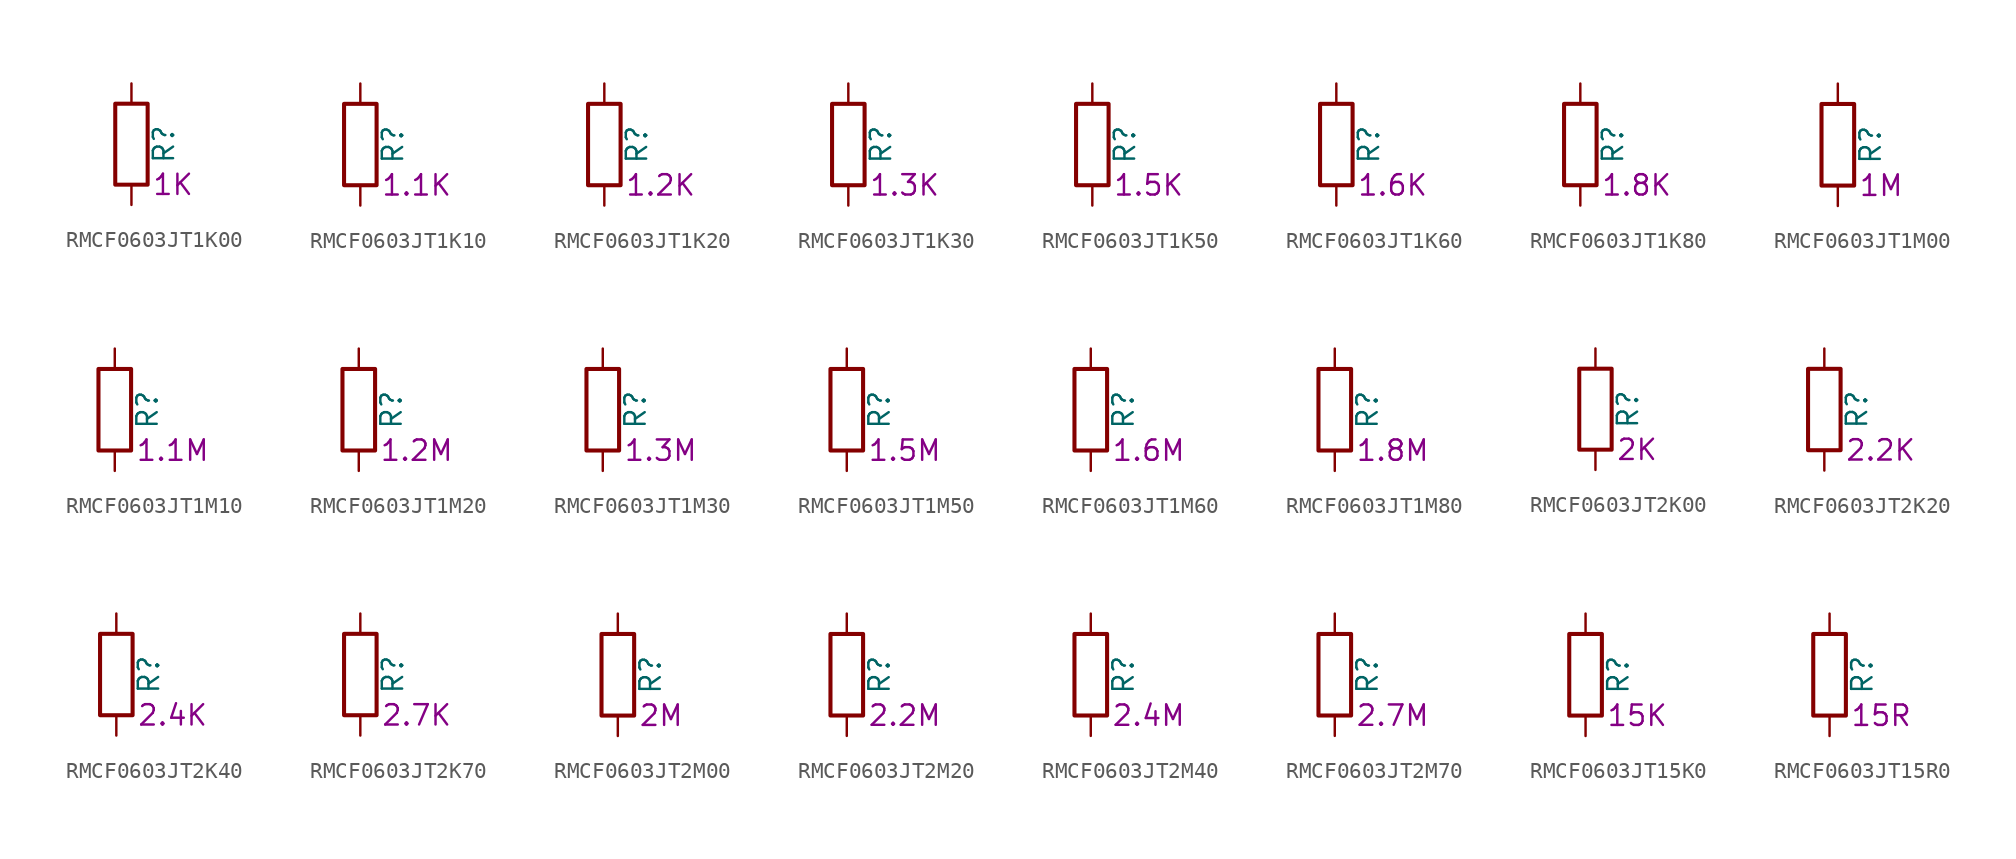
<source format=kicad_sym>
(kicad_symbol_lib
  (version 20220914)
  (generator kicad_symbol_editor)
  (symbol "RMCF0603JT1K00"
    (pin_numbers hide)
    (pin_names
      (offset 0))
    (property "Reference" "R"
      (at 2.032 0 90)
      (effects (font (size 1.27 1.27))))
    (property "Resistance" "1K"
      (at 1.27 -2.54 0)
      (effects (font (size 1.27 1.27)) (justify left)))
    (symbol "RMCF0603JT1K00_0_1"
      (rectangle (start -1.016 -2.54) (end 1.016 2.54) (stroke (width 0.254) (type default)) (fill (type none))))
    (symbol "RMCF0603JT1K00_1_1"
      (pin passive line (at 0 3.81 270) (length 1.27) (name "~" (effects (font (size 1.27 1.27)))) (number "1" (effects (font (size 1.27 1.27)))))
      (pin passive line (at 0 -3.81 90) (length 1.27) (name "~" (effects (font (size 1.27 1.27)))) (number "2" (effects (font (size 1.27 1.27)))))))
  (symbol "RMCF0603JT1K10"
    (pin_numbers hide)
    (pin_names
      (offset 0))
    (property "Reference" "R"
      (at 2.032 0 90)
      (effects (font (size 1.27 1.27))))
    (property "Resistance" "1.1K"
      (at 1.27 -2.54 0)
      (effects (font (size 1.27 1.27)) (justify left)))
    (symbol "RMCF0603JT1K10_0_1"
      (rectangle (start -1.016 -2.54) (end 1.016 2.54) (stroke (width 0.254) (type default)) (fill (type none))))
    (symbol "RMCF0603JT1K10_1_1"
      (pin passive line (at 0 3.81 270) (length 1.27) (name "~" (effects (font (size 1.27 1.27)))) (number "1" (effects (font (size 1.27 1.27)))))
      (pin passive line (at 0 -3.81 90) (length 1.27) (name "~" (effects (font (size 1.27 1.27)))) (number "2" (effects (font (size 1.27 1.27)))))))
  (symbol "RMCF0603JT1K20"
    (pin_numbers hide)
    (pin_names
      (offset 0))
    (property "Reference" "R"
      (at 2.032 0 90)
      (effects (font (size 1.27 1.27))))
    (property "Resistance" "1.2K"
      (at 1.27 -2.54 0)
      (effects (font (size 1.27 1.27)) (justify left)))
    (symbol "RMCF0603JT1K20_0_1"
      (rectangle (start -1.016 -2.54) (end 1.016 2.54) (stroke (width 0.254) (type default)) (fill (type none))))
    (symbol "RMCF0603JT1K20_1_1"
      (pin passive line (at 0 3.81 270) (length 1.27) (name "~" (effects (font (size 1.27 1.27)))) (number "1" (effects (font (size 1.27 1.27)))))
      (pin passive line (at 0 -3.81 90) (length 1.27) (name "~" (effects (font (size 1.27 1.27)))) (number "2" (effects (font (size 1.27 1.27)))))))
  (symbol "RMCF0603JT1K30"
    (pin_numbers hide)
    (pin_names
      (offset 0))
    (property "Reference" "R"
      (at 2.032 0 90)
      (effects (font (size 1.27 1.27))))
    (property "Resistance" "1.3K"
      (at 1.27 -2.54 0)
      (effects (font (size 1.27 1.27)) (justify left)))
    (symbol "RMCF0603JT1K30_0_1"
      (rectangle (start -1.016 -2.54) (end 1.016 2.54) (stroke (width 0.254) (type default)) (fill (type none))))
    (symbol "RMCF0603JT1K30_1_1"
      (pin passive line (at 0 3.81 270) (length 1.27) (name "~" (effects (font (size 1.27 1.27)))) (number "1" (effects (font (size 1.27 1.27)))))
      (pin passive line (at 0 -3.81 90) (length 1.27) (name "~" (effects (font (size 1.27 1.27)))) (number "2" (effects (font (size 1.27 1.27)))))))
  (symbol "RMCF0603JT1K50"
    (pin_numbers hide)
    (pin_names
      (offset 0))
    (property "Reference" "R"
      (at 2.032 0 90)
      (effects (font (size 1.27 1.27))))
    (property "Resistance" "1.5K"
      (at 1.27 -2.54 0)
      (effects (font (size 1.27 1.27)) (justify left)))
    (symbol "RMCF0603JT1K50_0_1"
      (rectangle (start -1.016 -2.54) (end 1.016 2.54) (stroke (width 0.254) (type default)) (fill (type none))))
    (symbol "RMCF0603JT1K50_1_1"
      (pin passive line (at 0 3.81 270) (length 1.27) (name "~" (effects (font (size 1.27 1.27)))) (number "1" (effects (font (size 1.27 1.27)))))
      (pin passive line (at 0 -3.81 90) (length 1.27) (name "~" (effects (font (size 1.27 1.27)))) (number "2" (effects (font (size 1.27 1.27)))))))
  (symbol "RMCF0603JT1K60"
    (pin_numbers hide)
    (pin_names
      (offset 0))
    (property "Reference" "R"
      (at 2.032 0 90)
      (effects (font (size 1.27 1.27))))
    (property "Resistance" "1.6K"
      (at 1.27 -2.54 0)
      (effects (font (size 1.27 1.27)) (justify left)))
    (symbol "RMCF0603JT1K60_0_1"
      (rectangle (start -1.016 -2.54) (end 1.016 2.54) (stroke (width 0.254) (type default)) (fill (type none))))
    (symbol "RMCF0603JT1K60_1_1"
      (pin passive line (at 0 3.81 270) (length 1.27) (name "~" (effects (font (size 1.27 1.27)))) (number "1" (effects (font (size 1.27 1.27)))))
      (pin passive line (at 0 -3.81 90) (length 1.27) (name "~" (effects (font (size 1.27 1.27)))) (number "2" (effects (font (size 1.27 1.27)))))))
  (symbol "RMCF0603JT1K80"
    (pin_numbers hide)
    (pin_names
      (offset 0))
    (property "Reference" "R"
      (at 2.032 0 90)
      (effects (font (size 1.27 1.27))))
    (property "Resistance" "1.8K"
      (at 1.27 -2.54 0)
      (effects (font (size 1.27 1.27)) (justify left)))
    (symbol "RMCF0603JT1K80_0_1"
      (rectangle (start -1.016 -2.54) (end 1.016 2.54) (stroke (width 0.254) (type default)) (fill (type none))))
    (symbol "RMCF0603JT1K80_1_1"
      (pin passive line (at 0 3.81 270) (length 1.27) (name "~" (effects (font (size 1.27 1.27)))) (number "1" (effects (font (size 1.27 1.27)))))
      (pin passive line (at 0 -3.81 90) (length 1.27) (name "~" (effects (font (size 1.27 1.27)))) (number "2" (effects (font (size 1.27 1.27)))))))
  (symbol "RMCF0603JT1M00"
    (pin_numbers hide)
    (pin_names
      (offset 0))
    (property "Reference" "R"
      (at 2.032 0 90)
      (effects (font (size 1.27 1.27))))
    (property "Resistance" "1M"
      (at 1.27 -2.54 0)
      (effects (font (size 1.27 1.27)) (justify left)))
    (symbol "RMCF0603JT1M00_0_1"
      (rectangle (start -1.016 -2.54) (end 1.016 2.54) (stroke (width 0.254) (type default)) (fill (type none))))
    (symbol "RMCF0603JT1M00_1_1"
      (pin passive line (at 0 3.81 270) (length 1.27) (name "~" (effects (font (size 1.27 1.27)))) (number "1" (effects (font (size 1.27 1.27)))))
      (pin passive line (at 0 -3.81 90) (length 1.27) (name "~" (effects (font (size 1.27 1.27)))) (number "2" (effects (font (size 1.27 1.27)))))))
  (symbol "RMCF0603JT1M10"
    (pin_numbers hide)
    (pin_names
      (offset 0))
    (property "Reference" "R"
      (at 2.032 0 90)
      (effects (font (size 1.27 1.27))))
    (property "Resistance" "1.1M"
      (at 1.27 -2.54 0)
      (effects (font (size 1.27 1.27)) (justify left)))
    (symbol "RMCF0603JT1M10_0_1"
      (rectangle (start -1.016 -2.54) (end 1.016 2.54) (stroke (width 0.254) (type default)) (fill (type none))))
    (symbol "RMCF0603JT1M10_1_1"
      (pin passive line (at 0 3.81 270) (length 1.27) (name "~" (effects (font (size 1.27 1.27)))) (number "1" (effects (font (size 1.27 1.27)))))
      (pin passive line (at 0 -3.81 90) (length 1.27) (name "~" (effects (font (size 1.27 1.27)))) (number "2" (effects (font (size 1.27 1.27)))))))
  (symbol "RMCF0603JT1M20"
    (pin_numbers hide)
    (pin_names
      (offset 0))
    (property "Reference" "R"
      (at 2.032 0 90)
      (effects (font (size 1.27 1.27))))
    (property "Resistance" "1.2M"
      (at 1.27 -2.54 0)
      (effects (font (size 1.27 1.27)) (justify left)))
    (symbol "RMCF0603JT1M20_0_1"
      (rectangle (start -1.016 -2.54) (end 1.016 2.54) (stroke (width 0.254) (type default)) (fill (type none))))
    (symbol "RMCF0603JT1M20_1_1"
      (pin passive line (at 0 3.81 270) (length 1.27) (name "~" (effects (font (size 1.27 1.27)))) (number "1" (effects (font (size 1.27 1.27)))))
      (pin passive line (at 0 -3.81 90) (length 1.27) (name "~" (effects (font (size 1.27 1.27)))) (number "2" (effects (font (size 1.27 1.27)))))))
  (symbol "RMCF0603JT1M30"
    (pin_numbers hide)
    (pin_names
      (offset 0))
    (property "Reference" "R"
      (at 2.032 0 90)
      (effects (font (size 1.27 1.27))))
    (property "Resistance" "1.3M"
      (at 1.27 -2.54 0)
      (effects (font (size 1.27 1.27)) (justify left)))
    (symbol "RMCF0603JT1M30_0_1"
      (rectangle (start -1.016 -2.54) (end 1.016 2.54) (stroke (width 0.254) (type default)) (fill (type none))))
    (symbol "RMCF0603JT1M30_1_1"
      (pin passive line (at 0 3.81 270) (length 1.27) (name "~" (effects (font (size 1.27 1.27)))) (number "1" (effects (font (size 1.27 1.27)))))
      (pin passive line (at 0 -3.81 90) (length 1.27) (name "~" (effects (font (size 1.27 1.27)))) (number "2" (effects (font (size 1.27 1.27)))))))
  (symbol "RMCF0603JT1M50"
    (pin_numbers hide)
    (pin_names
      (offset 0))
    (property "Reference" "R"
      (at 2.032 0 90)
      (effects (font (size 1.27 1.27))))
    (property "Resistance" "1.5M"
      (at 1.27 -2.54 0)
      (effects (font (size 1.27 1.27)) (justify left)))
    (symbol "RMCF0603JT1M50_0_1"
      (rectangle (start -1.016 -2.54) (end 1.016 2.54) (stroke (width 0.254) (type default)) (fill (type none))))
    (symbol "RMCF0603JT1M50_1_1"
      (pin passive line (at 0 3.81 270) (length 1.27) (name "~" (effects (font (size 1.27 1.27)))) (number "1" (effects (font (size 1.27 1.27)))))
      (pin passive line (at 0 -3.81 90) (length 1.27) (name "~" (effects (font (size 1.27 1.27)))) (number "2" (effects (font (size 1.27 1.27)))))))
  (symbol "RMCF0603JT1M60"
    (pin_numbers hide)
    (pin_names
      (offset 0))
    (property "Reference" "R"
      (at 2.032 0 90)
      (effects (font (size 1.27 1.27))))
    (property "Resistance" "1.6M"
      (at 1.27 -2.54 0)
      (effects (font (size 1.27 1.27)) (justify left)))
    (symbol "RMCF0603JT1M60_0_1"
      (rectangle (start -1.016 -2.54) (end 1.016 2.54) (stroke (width 0.254) (type default)) (fill (type none))))
    (symbol "RMCF0603JT1M60_1_1"
      (pin passive line (at 0 3.81 270) (length 1.27) (name "~" (effects (font (size 1.27 1.27)))) (number "1" (effects (font (size 1.27 1.27)))))
      (pin passive line (at 0 -3.81 90) (length 1.27) (name "~" (effects (font (size 1.27 1.27)))) (number "2" (effects (font (size 1.27 1.27)))))))
  (symbol "RMCF0603JT1M80"
    (pin_numbers hide)
    (pin_names
      (offset 0))
    (property "Reference" "R"
      (at 2.032 0 90)
      (effects (font (size 1.27 1.27))))
    (property "Resistance" "1.8M"
      (at 1.27 -2.54 0)
      (effects (font (size 1.27 1.27)) (justify left)))
    (symbol "RMCF0603JT1M80_0_1"
      (rectangle (start -1.016 -2.54) (end 1.016 2.54) (stroke (width 0.254) (type default)) (fill (type none))))
    (symbol "RMCF0603JT1M80_1_1"
      (pin passive line (at 0 3.81 270) (length 1.27) (name "~" (effects (font (size 1.27 1.27)))) (number "1" (effects (font (size 1.27 1.27)))))
      (pin passive line (at 0 -3.81 90) (length 1.27) (name "~" (effects (font (size 1.27 1.27)))) (number "2" (effects (font (size 1.27 1.27)))))))
  (symbol "RMCF0603JT2K00"
    (pin_numbers hide)
    (pin_names
      (offset 0))
    (property "Reference" "R"
      (at 2.032 0 90)
      (effects (font (size 1.27 1.27))))
    (property "Resistance" "2K"
      (at 1.27 -2.54 0)
      (effects (font (size 1.27 1.27)) (justify left)))
    (symbol "RMCF0603JT2K00_0_1"
      (rectangle (start -1.016 -2.54) (end 1.016 2.54) (stroke (width 0.254) (type default)) (fill (type none))))
    (symbol "RMCF0603JT2K00_1_1"
      (pin passive line (at 0 3.81 270) (length 1.27) (name "~" (effects (font (size 1.27 1.27)))) (number "1" (effects (font (size 1.27 1.27)))))
      (pin passive line (at 0 -3.81 90) (length 1.27) (name "~" (effects (font (size 1.27 1.27)))) (number "2" (effects (font (size 1.27 1.27)))))))
  (symbol "RMCF0603JT2K20"
    (pin_numbers hide)
    (pin_names
      (offset 0))
    (property "Reference" "R"
      (at 2.032 0 90)
      (effects (font (size 1.27 1.27))))
    (property "Resistance" "2.2K"
      (at 1.27 -2.54 0)
      (effects (font (size 1.27 1.27)) (justify left)))
    (symbol "RMCF0603JT2K20_0_1"
      (rectangle (start -1.016 -2.54) (end 1.016 2.54) (stroke (width 0.254) (type default)) (fill (type none))))
    (symbol "RMCF0603JT2K20_1_1"
      (pin passive line (at 0 3.81 270) (length 1.27) (name "~" (effects (font (size 1.27 1.27)))) (number "1" (effects (font (size 1.27 1.27)))))
      (pin passive line (at 0 -3.81 90) (length 1.27) (name "~" (effects (font (size 1.27 1.27)))) (number "2" (effects (font (size 1.27 1.27)))))))
  (symbol "RMCF0603JT2K40"
    (pin_numbers hide)
    (pin_names
      (offset 0))
    (property "Reference" "R"
      (at 2.032 0 90)
      (effects (font (size 1.27 1.27))))
    (property "Resistance" "2.4K"
      (at 1.27 -2.54 0)
      (effects (font (size 1.27 1.27)) (justify left)))
    (symbol "RMCF0603JT2K40_0_1"
      (rectangle (start -1.016 -2.54) (end 1.016 2.54) (stroke (width 0.254) (type default)) (fill (type none))))
    (symbol "RMCF0603JT2K40_1_1"
      (pin passive line (at 0 3.81 270) (length 1.27) (name "~" (effects (font (size 1.27 1.27)))) (number "1" (effects (font (size 1.27 1.27)))))
      (pin passive line (at 0 -3.81 90) (length 1.27) (name "~" (effects (font (size 1.27 1.27)))) (number "2" (effects (font (size 1.27 1.27)))))))
  (symbol "RMCF0603JT2K70"
    (pin_numbers hide)
    (pin_names
      (offset 0))
    (property "Reference" "R"
      (at 2.032 0 90)
      (effects (font (size 1.27 1.27))))
    (property "Resistance" "2.7K"
      (at 1.27 -2.54 0)
      (effects (font (size 1.27 1.27)) (justify left)))
    (symbol "RMCF0603JT2K70_0_1"
      (rectangle (start -1.016 -2.54) (end 1.016 2.54) (stroke (width 0.254) (type default)) (fill (type none))))
    (symbol "RMCF0603JT2K70_1_1"
      (pin passive line (at 0 3.81 270) (length 1.27) (name "~" (effects (font (size 1.27 1.27)))) (number "1" (effects (font (size 1.27 1.27)))))
      (pin passive line (at 0 -3.81 90) (length 1.27) (name "~" (effects (font (size 1.27 1.27)))) (number "2" (effects (font (size 1.27 1.27)))))))
  (symbol "RMCF0603JT2M00"
    (pin_numbers hide)
    (pin_names
      (offset 0))
    (property "Reference" "R"
      (at 2.032 0 90)
      (effects (font (size 1.27 1.27))))
    (property "Resistance" "2M"
      (at 1.27 -2.54 0)
      (effects (font (size 1.27 1.27)) (justify left)))
    (symbol "RMCF0603JT2M00_0_1"
      (rectangle (start -1.016 -2.54) (end 1.016 2.54) (stroke (width 0.254) (type default)) (fill (type none))))
    (symbol "RMCF0603JT2M00_1_1"
      (pin passive line (at 0 3.81 270) (length 1.27) (name "~" (effects (font (size 1.27 1.27)))) (number "1" (effects (font (size 1.27 1.27)))))
      (pin passive line (at 0 -3.81 90) (length 1.27) (name "~" (effects (font (size 1.27 1.27)))) (number "2" (effects (font (size 1.27 1.27)))))))
  (symbol "RMCF0603JT2M20"
    (pin_numbers hide)
    (pin_names
      (offset 0))
    (property "Reference" "R"
      (at 2.032 0 90)
      (effects (font (size 1.27 1.27))))
    (property "Resistance" "2.2M"
      (at 1.27 -2.54 0)
      (effects (font (size 1.27 1.27)) (justify left)))
    (symbol "RMCF0603JT2M20_0_1"
      (rectangle (start -1.016 -2.54) (end 1.016 2.54) (stroke (width 0.254) (type default)) (fill (type none))))
    (symbol "RMCF0603JT2M20_1_1"
      (pin passive line (at 0 3.81 270) (length 1.27) (name "~" (effects (font (size 1.27 1.27)))) (number "1" (effects (font (size 1.27 1.27)))))
      (pin passive line (at 0 -3.81 90) (length 1.27) (name "~" (effects (font (size 1.27 1.27)))) (number "2" (effects (font (size 1.27 1.27)))))))
  (symbol "RMCF0603JT2M40"
    (pin_numbers hide)
    (pin_names
      (offset 0))
    (property "Reference" "R"
      (at 2.032 0 90)
      (effects (font (size 1.27 1.27))))
    (property "Resistance" "2.4M"
      (at 1.27 -2.54 0)
      (effects (font (size 1.27 1.27)) (justify left)))
    (symbol "RMCF0603JT2M40_0_1"
      (rectangle (start -1.016 -2.54) (end 1.016 2.54) (stroke (width 0.254) (type default)) (fill (type none))))
    (symbol "RMCF0603JT2M40_1_1"
      (pin passive line (at 0 3.81 270) (length 1.27) (name "~" (effects (font (size 1.27 1.27)))) (number "1" (effects (font (size 1.27 1.27)))))
      (pin passive line (at 0 -3.81 90) (length 1.27) (name "~" (effects (font (size 1.27 1.27)))) (number "2" (effects (font (size 1.27 1.27)))))))
  (symbol "RMCF0603JT2M70"
    (pin_numbers hide)
    (pin_names
      (offset 0))
    (property "Reference" "R"
      (at 2.032 0 90)
      (effects (font (size 1.27 1.27))))
    (property "Resistance" "2.7M"
      (at 1.27 -2.54 0)
      (effects (font (size 1.27 1.27)) (justify left)))
    (symbol "RMCF0603JT2M70_0_1"
      (rectangle (start -1.016 -2.54) (end 1.016 2.54) (stroke (width 0.254) (type default)) (fill (type none))))
    (symbol "RMCF0603JT2M70_1_1"
      (pin passive line (at 0 3.81 270) (length 1.27) (name "~" (effects (font (size 1.27 1.27)))) (number "1" (effects (font (size 1.27 1.27)))))
      (pin passive line (at 0 -3.81 90) (length 1.27) (name "~" (effects (font (size 1.27 1.27)))) (number "2" (effects (font (size 1.27 1.27)))))))
  (symbol "RMCF0603JT15K0"
    (pin_numbers hide)
    (pin_names
      (offset 0))
    (property "Reference" "R"
      (at 2.032 0 90)
      (effects (font (size 1.27 1.27))))
    (property "Resistance" "15K"
      (at 1.27 -2.54 0)
      (effects (font (size 1.27 1.27)) (justify left)))
    (symbol "RMCF0603JT15K0_0_1"
      (rectangle (start -1.016 -2.54) (end 1.016 2.54) (stroke (width 0.254) (type default)) (fill (type none))))
    (symbol "RMCF0603JT15K0_1_1"
      (pin passive line (at 0 3.81 270) (length 1.27) (name "~" (effects (font (size 1.27 1.27)))) (number "1" (effects (font (size 1.27 1.27)))))
      (pin passive line (at 0 -3.81 90) (length 1.27) (name "~" (effects (font (size 1.27 1.27)))) (number "2" (effects (font (size 1.27 1.27)))))))
  (symbol "RMCF0603JT15R0"
    (pin_numbers hide)
    (pin_names
      (offset 0))
    (property "Reference" "R"
      (at 2.032 0 90)
      (effects (font (size 1.27 1.27))))
    (property "Resistance" "15R"
      (at 1.27 -2.54 0)
      (effects (font (size 1.27 1.27)) (justify left)))
    (symbol "RMCF0603JT15R0_0_1"
      (rectangle (start -1.016 -2.54) (end 1.016 2.54) (stroke (width 0.254) (type default)) (fill (type none))))
    (symbol "RMCF0603JT15R0_1_1"
      (pin passive line (at 0 3.81 270) (length 1.27) (name "~" (effects (font (size 1.27 1.27)))) (number "1" (effects (font (size 1.27 1.27)))))
      (pin passive line (at 0 -3.81 90) (length 1.27) (name "~" (effects (font (size 1.27 1.27)))) (number "2" (effects (font (size 1.27 1.27))))))))
</source>
